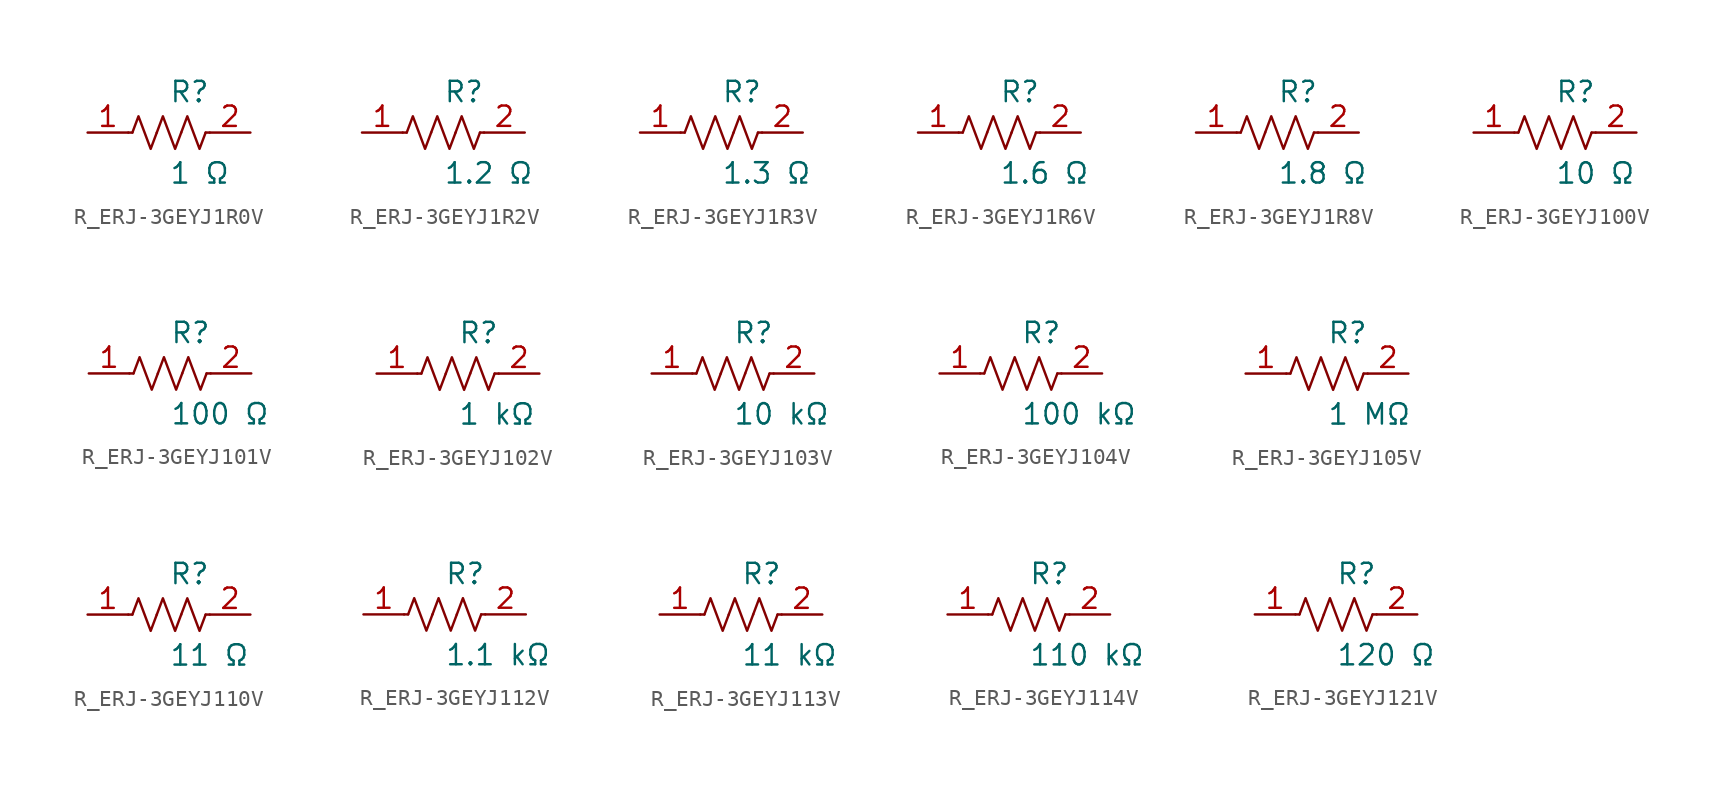
<source format=kicad_sym>
(kicad_symbol_lib
  (version 20231120)
  (generator kicad_symbol_editor)
  (generator_version 8.0)
  (symbol "R_ERJ-3GEYJ1R0V"
    (pin_names
      (offset 0.254))
    (property "Reference" "R"
      (at 0.0 2.54 0)
      (effects (font (size 1.27 1.27)) (justify left)))
    (property "Value" "1 Ω"
      (at 0.0 -2.54 0)
      (effects (font (size 1.27 1.27)) (justify left)))
    (symbol "R_ERJ-3GEYJ1R0V_0_1"
      (polyline (pts (xy 2.286 0) (xy 2.54 0)) (stroke (width 0) (type default)) (fill (type none)))
      (polyline (pts (xy -2.286 0) (xy -2.54 0)) (stroke (width 0) (type default)) (fill (type none)))
      (polyline (pts (xy 0.762 0) (xy 1.143 1.016) (xy 1.524 0) (xy 1.905 -1.016) (xy 2.286 0)) (stroke (width 0) (type default)) (fill (type none)))
      (polyline (pts (xy -0.762 0) (xy -0.381 1.016) (xy 0 0) (xy 0.381 -1.016) (xy 0.762 0)) (stroke (width 0) (type default)) (fill (type none)))
      (polyline (pts (xy -2.286 0) (xy -1.905 1.016) (xy -1.524 0) (xy -1.143 -1.016) (xy -0.762 0)) (stroke (width 0) (type default)) (fill (type none))))
    (pin unspecified line
      (at -5.08 0 0)
      (length 2.54)
      (name "" (effects (font (size 1.27 1.27))))
      (number "1" (effects (font (size 1.27 1.27)))))
    (pin unspecified line
      (at 5.08 0 180)
      (length 2.54)
      (name "" (effects (font (size 1.27 1.27))))
      (number "2" (effects (font (size 1.27 1.27))))))
  (symbol "R_ERJ-3GEYJ1R2V"
    (pin_names
      (offset 0.254))
    (property "Reference" "R"
      (at 0.0 2.54 0)
      (effects (font (size 1.27 1.27)) (justify left)))
    (property "Value" "1.2 Ω"
      (at 0.0 -2.54 0)
      (effects (font (size 1.27 1.27)) (justify left)))
    (symbol "R_ERJ-3GEYJ1R2V_0_1"
      (polyline (pts (xy 2.286 0) (xy 2.54 0)) (stroke (width 0) (type default)) (fill (type none)))
      (polyline (pts (xy -2.286 0) (xy -2.54 0)) (stroke (width 0) (type default)) (fill (type none)))
      (polyline (pts (xy 0.762 0) (xy 1.143 1.016) (xy 1.524 0) (xy 1.905 -1.016) (xy 2.286 0)) (stroke (width 0) (type default)) (fill (type none)))
      (polyline (pts (xy -0.762 0) (xy -0.381 1.016) (xy 0 0) (xy 0.381 -1.016) (xy 0.762 0)) (stroke (width 0) (type default)) (fill (type none)))
      (polyline (pts (xy -2.286 0) (xy -1.905 1.016) (xy -1.524 0) (xy -1.143 -1.016) (xy -0.762 0)) (stroke (width 0) (type default)) (fill (type none))))
    (pin unspecified line
      (at -5.08 0 0)
      (length 2.54)
      (name "" (effects (font (size 1.27 1.27))))
      (number "1" (effects (font (size 1.27 1.27)))))
    (pin unspecified line
      (at 5.08 0 180)
      (length 2.54)
      (name "" (effects (font (size 1.27 1.27))))
      (number "2" (effects (font (size 1.27 1.27))))))
  (symbol "R_ERJ-3GEYJ1R3V"
    (pin_names
      (offset 0.254))
    (property "Reference" "R"
      (at 0.0 2.54 0)
      (effects (font (size 1.27 1.27)) (justify left)))
    (property "Value" "1.3 Ω"
      (at 0.0 -2.54 0)
      (effects (font (size 1.27 1.27)) (justify left)))
    (symbol "R_ERJ-3GEYJ1R3V_0_1"
      (polyline (pts (xy 2.286 0) (xy 2.54 0)) (stroke (width 0) (type default)) (fill (type none)))
      (polyline (pts (xy -2.286 0) (xy -2.54 0)) (stroke (width 0) (type default)) (fill (type none)))
      (polyline (pts (xy 0.762 0) (xy 1.143 1.016) (xy 1.524 0) (xy 1.905 -1.016) (xy 2.286 0)) (stroke (width 0) (type default)) (fill (type none)))
      (polyline (pts (xy -0.762 0) (xy -0.381 1.016) (xy 0 0) (xy 0.381 -1.016) (xy 0.762 0)) (stroke (width 0) (type default)) (fill (type none)))
      (polyline (pts (xy -2.286 0) (xy -1.905 1.016) (xy -1.524 0) (xy -1.143 -1.016) (xy -0.762 0)) (stroke (width 0) (type default)) (fill (type none))))
    (pin unspecified line
      (at -5.08 0 0)
      (length 2.54)
      (name "" (effects (font (size 1.27 1.27))))
      (number "1" (effects (font (size 1.27 1.27)))))
    (pin unspecified line
      (at 5.08 0 180)
      (length 2.54)
      (name "" (effects (font (size 1.27 1.27))))
      (number "2" (effects (font (size 1.27 1.27))))))
  (symbol "R_ERJ-3GEYJ1R6V"
    (pin_names
      (offset 0.254))
    (property "Reference" "R"
      (at 0.0 2.54 0)
      (effects (font (size 1.27 1.27)) (justify left)))
    (property "Value" "1.6 Ω"
      (at 0.0 -2.54 0)
      (effects (font (size 1.27 1.27)) (justify left)))
    (symbol "R_ERJ-3GEYJ1R6V_0_1"
      (polyline (pts (xy 2.286 0) (xy 2.54 0)) (stroke (width 0) (type default)) (fill (type none)))
      (polyline (pts (xy -2.286 0) (xy -2.54 0)) (stroke (width 0) (type default)) (fill (type none)))
      (polyline (pts (xy 0.762 0) (xy 1.143 1.016) (xy 1.524 0) (xy 1.905 -1.016) (xy 2.286 0)) (stroke (width 0) (type default)) (fill (type none)))
      (polyline (pts (xy -0.762 0) (xy -0.381 1.016) (xy 0 0) (xy 0.381 -1.016) (xy 0.762 0)) (stroke (width 0) (type default)) (fill (type none)))
      (polyline (pts (xy -2.286 0) (xy -1.905 1.016) (xy -1.524 0) (xy -1.143 -1.016) (xy -0.762 0)) (stroke (width 0) (type default)) (fill (type none))))
    (pin unspecified line
      (at -5.08 0 0)
      (length 2.54)
      (name "" (effects (font (size 1.27 1.27))))
      (number "1" (effects (font (size 1.27 1.27)))))
    (pin unspecified line
      (at 5.08 0 180)
      (length 2.54)
      (name "" (effects (font (size 1.27 1.27))))
      (number "2" (effects (font (size 1.27 1.27))))))
  (symbol "R_ERJ-3GEYJ1R8V"
    (pin_names
      (offset 0.254))
    (property "Reference" "R"
      (at 0.0 2.54 0)
      (effects (font (size 1.27 1.27)) (justify left)))
    (property "Value" "1.8 Ω"
      (at 0.0 -2.54 0)
      (effects (font (size 1.27 1.27)) (justify left)))
    (symbol "R_ERJ-3GEYJ1R8V_0_1"
      (polyline (pts (xy 2.286 0) (xy 2.54 0)) (stroke (width 0) (type default)) (fill (type none)))
      (polyline (pts (xy -2.286 0) (xy -2.54 0)) (stroke (width 0) (type default)) (fill (type none)))
      (polyline (pts (xy 0.762 0) (xy 1.143 1.016) (xy 1.524 0) (xy 1.905 -1.016) (xy 2.286 0)) (stroke (width 0) (type default)) (fill (type none)))
      (polyline (pts (xy -0.762 0) (xy -0.381 1.016) (xy 0 0) (xy 0.381 -1.016) (xy 0.762 0)) (stroke (width 0) (type default)) (fill (type none)))
      (polyline (pts (xy -2.286 0) (xy -1.905 1.016) (xy -1.524 0) (xy -1.143 -1.016) (xy -0.762 0)) (stroke (width 0) (type default)) (fill (type none))))
    (pin unspecified line
      (at -5.08 0 0)
      (length 2.54)
      (name "" (effects (font (size 1.27 1.27))))
      (number "1" (effects (font (size 1.27 1.27)))))
    (pin unspecified line
      (at 5.08 0 180)
      (length 2.54)
      (name "" (effects (font (size 1.27 1.27))))
      (number "2" (effects (font (size 1.27 1.27))))))
  (symbol "R_ERJ-3GEYJ100V"
    (pin_names
      (offset 0.254))
    (property "Reference" "R"
      (at 0.0 2.54 0)
      (effects (font (size 1.27 1.27)) (justify left)))
    (property "Value" "10 Ω"
      (at 0.0 -2.54 0)
      (effects (font (size 1.27 1.27)) (justify left)))
    (symbol "R_ERJ-3GEYJ100V_0_1"
      (polyline (pts (xy 2.286 0) (xy 2.54 0)) (stroke (width 0) (type default)) (fill (type none)))
      (polyline (pts (xy -2.286 0) (xy -2.54 0)) (stroke (width 0) (type default)) (fill (type none)))
      (polyline (pts (xy 0.762 0) (xy 1.143 1.016) (xy 1.524 0) (xy 1.905 -1.016) (xy 2.286 0)) (stroke (width 0) (type default)) (fill (type none)))
      (polyline (pts (xy -0.762 0) (xy -0.381 1.016) (xy 0 0) (xy 0.381 -1.016) (xy 0.762 0)) (stroke (width 0) (type default)) (fill (type none)))
      (polyline (pts (xy -2.286 0) (xy -1.905 1.016) (xy -1.524 0) (xy -1.143 -1.016) (xy -0.762 0)) (stroke (width 0) (type default)) (fill (type none))))
    (pin unspecified line
      (at -5.08 0 0)
      (length 2.54)
      (name "" (effects (font (size 1.27 1.27))))
      (number "1" (effects (font (size 1.27 1.27)))))
    (pin unspecified line
      (at 5.08 0 180)
      (length 2.54)
      (name "" (effects (font (size 1.27 1.27))))
      (number "2" (effects (font (size 1.27 1.27))))))
  (symbol "R_ERJ-3GEYJ101V"
    (pin_names
      (offset 0.254))
    (property "Reference" "R"
      (at 0.0 2.54 0)
      (effects (font (size 1.27 1.27)) (justify left)))
    (property "Value" "100 Ω"
      (at 0.0 -2.54 0)
      (effects (font (size 1.27 1.27)) (justify left)))
    (symbol "R_ERJ-3GEYJ101V_0_1"
      (polyline (pts (xy 2.286 0) (xy 2.54 0)) (stroke (width 0) (type default)) (fill (type none)))
      (polyline (pts (xy -2.286 0) (xy -2.54 0)) (stroke (width 0) (type default)) (fill (type none)))
      (polyline (pts (xy 0.762 0) (xy 1.143 1.016) (xy 1.524 0) (xy 1.905 -1.016) (xy 2.286 0)) (stroke (width 0) (type default)) (fill (type none)))
      (polyline (pts (xy -0.762 0) (xy -0.381 1.016) (xy 0 0) (xy 0.381 -1.016) (xy 0.762 0)) (stroke (width 0) (type default)) (fill (type none)))
      (polyline (pts (xy -2.286 0) (xy -1.905 1.016) (xy -1.524 0) (xy -1.143 -1.016) (xy -0.762 0)) (stroke (width 0) (type default)) (fill (type none))))
    (pin unspecified line
      (at -5.08 0 0)
      (length 2.54)
      (name "" (effects (font (size 1.27 1.27))))
      (number "1" (effects (font (size 1.27 1.27)))))
    (pin unspecified line
      (at 5.08 0 180)
      (length 2.54)
      (name "" (effects (font (size 1.27 1.27))))
      (number "2" (effects (font (size 1.27 1.27))))))
  (symbol "R_ERJ-3GEYJ102V"
    (pin_names
      (offset 0.254))
    (property "Reference" "R"
      (at 0.0 2.54 0)
      (effects (font (size 1.27 1.27)) (justify left)))
    (property "Value" "1 kΩ"
      (at 0.0 -2.54 0)
      (effects (font (size 1.27 1.27)) (justify left)))
    (symbol "R_ERJ-3GEYJ102V_0_1"
      (polyline (pts (xy 2.286 0) (xy 2.54 0)) (stroke (width 0) (type default)) (fill (type none)))
      (polyline (pts (xy -2.286 0) (xy -2.54 0)) (stroke (width 0) (type default)) (fill (type none)))
      (polyline (pts (xy 0.762 0) (xy 1.143 1.016) (xy 1.524 0) (xy 1.905 -1.016) (xy 2.286 0)) (stroke (width 0) (type default)) (fill (type none)))
      (polyline (pts (xy -0.762 0) (xy -0.381 1.016) (xy 0 0) (xy 0.381 -1.016) (xy 0.762 0)) (stroke (width 0) (type default)) (fill (type none)))
      (polyline (pts (xy -2.286 0) (xy -1.905 1.016) (xy -1.524 0) (xy -1.143 -1.016) (xy -0.762 0)) (stroke (width 0) (type default)) (fill (type none))))
    (pin unspecified line
      (at -5.08 0 0)
      (length 2.54)
      (name "" (effects (font (size 1.27 1.27))))
      (number "1" (effects (font (size 1.27 1.27)))))
    (pin unspecified line
      (at 5.08 0 180)
      (length 2.54)
      (name "" (effects (font (size 1.27 1.27))))
      (number "2" (effects (font (size 1.27 1.27))))))
  (symbol "R_ERJ-3GEYJ103V"
    (pin_names
      (offset 0.254))
    (property "Reference" "R"
      (at 0.0 2.54 0)
      (effects (font (size 1.27 1.27)) (justify left)))
    (property "Value" "10 kΩ"
      (at 0.0 -2.54 0)
      (effects (font (size 1.27 1.27)) (justify left)))
    (symbol "R_ERJ-3GEYJ103V_0_1"
      (polyline (pts (xy 2.286 0) (xy 2.54 0)) (stroke (width 0) (type default)) (fill (type none)))
      (polyline (pts (xy -2.286 0) (xy -2.54 0)) (stroke (width 0) (type default)) (fill (type none)))
      (polyline (pts (xy 0.762 0) (xy 1.143 1.016) (xy 1.524 0) (xy 1.905 -1.016) (xy 2.286 0)) (stroke (width 0) (type default)) (fill (type none)))
      (polyline (pts (xy -0.762 0) (xy -0.381 1.016) (xy 0 0) (xy 0.381 -1.016) (xy 0.762 0)) (stroke (width 0) (type default)) (fill (type none)))
      (polyline (pts (xy -2.286 0) (xy -1.905 1.016) (xy -1.524 0) (xy -1.143 -1.016) (xy -0.762 0)) (stroke (width 0) (type default)) (fill (type none))))
    (pin unspecified line
      (at -5.08 0 0)
      (length 2.54)
      (name "" (effects (font (size 1.27 1.27))))
      (number "1" (effects (font (size 1.27 1.27)))))
    (pin unspecified line
      (at 5.08 0 180)
      (length 2.54)
      (name "" (effects (font (size 1.27 1.27))))
      (number "2" (effects (font (size 1.27 1.27))))))
  (symbol "R_ERJ-3GEYJ104V"
    (pin_names
      (offset 0.254))
    (property "Reference" "R"
      (at 0.0 2.54 0)
      (effects (font (size 1.27 1.27)) (justify left)))
    (property "Value" "100 kΩ"
      (at 0.0 -2.54 0)
      (effects (font (size 1.27 1.27)) (justify left)))
    (symbol "R_ERJ-3GEYJ104V_0_1"
      (polyline (pts (xy 2.286 0) (xy 2.54 0)) (stroke (width 0) (type default)) (fill (type none)))
      (polyline (pts (xy -2.286 0) (xy -2.54 0)) (stroke (width 0) (type default)) (fill (type none)))
      (polyline (pts (xy 0.762 0) (xy 1.143 1.016) (xy 1.524 0) (xy 1.905 -1.016) (xy 2.286 0)) (stroke (width 0) (type default)) (fill (type none)))
      (polyline (pts (xy -0.762 0) (xy -0.381 1.016) (xy 0 0) (xy 0.381 -1.016) (xy 0.762 0)) (stroke (width 0) (type default)) (fill (type none)))
      (polyline (pts (xy -2.286 0) (xy -1.905 1.016) (xy -1.524 0) (xy -1.143 -1.016) (xy -0.762 0)) (stroke (width 0) (type default)) (fill (type none))))
    (pin unspecified line
      (at -5.08 0 0)
      (length 2.54)
      (name "" (effects (font (size 1.27 1.27))))
      (number "1" (effects (font (size 1.27 1.27)))))
    (pin unspecified line
      (at 5.08 0 180)
      (length 2.54)
      (name "" (effects (font (size 1.27 1.27))))
      (number "2" (effects (font (size 1.27 1.27))))))
  (symbol "R_ERJ-3GEYJ105V"
    (pin_names
      (offset 0.254))
    (property "Reference" "R"
      (at 0.0 2.54 0)
      (effects (font (size 1.27 1.27)) (justify left)))
    (property "Value" "1 MΩ"
      (at 0.0 -2.54 0)
      (effects (font (size 1.27 1.27)) (justify left)))
    (symbol "R_ERJ-3GEYJ105V_0_1"
      (polyline (pts (xy 2.286 0) (xy 2.54 0)) (stroke (width 0) (type default)) (fill (type none)))
      (polyline (pts (xy -2.286 0) (xy -2.54 0)) (stroke (width 0) (type default)) (fill (type none)))
      (polyline (pts (xy 0.762 0) (xy 1.143 1.016) (xy 1.524 0) (xy 1.905 -1.016) (xy 2.286 0)) (stroke (width 0) (type default)) (fill (type none)))
      (polyline (pts (xy -0.762 0) (xy -0.381 1.016) (xy 0 0) (xy 0.381 -1.016) (xy 0.762 0)) (stroke (width 0) (type default)) (fill (type none)))
      (polyline (pts (xy -2.286 0) (xy -1.905 1.016) (xy -1.524 0) (xy -1.143 -1.016) (xy -0.762 0)) (stroke (width 0) (type default)) (fill (type none))))
    (pin unspecified line
      (at -5.08 0 0)
      (length 2.54)
      (name "" (effects (font (size 1.27 1.27))))
      (number "1" (effects (font (size 1.27 1.27)))))
    (pin unspecified line
      (at 5.08 0 180)
      (length 2.54)
      (name "" (effects (font (size 1.27 1.27))))
      (number "2" (effects (font (size 1.27 1.27))))))
  (symbol "R_ERJ-3GEYJ110V"
    (pin_names
      (offset 0.254))
    (property "Reference" "R"
      (at 0.0 2.54 0)
      (effects (font (size 1.27 1.27)) (justify left)))
    (property "Value" "11 Ω"
      (at 0.0 -2.54 0)
      (effects (font (size 1.27 1.27)) (justify left)))
    (symbol "R_ERJ-3GEYJ110V_0_1"
      (polyline (pts (xy 2.286 0) (xy 2.54 0)) (stroke (width 0) (type default)) (fill (type none)))
      (polyline (pts (xy -2.286 0) (xy -2.54 0)) (stroke (width 0) (type default)) (fill (type none)))
      (polyline (pts (xy 0.762 0) (xy 1.143 1.016) (xy 1.524 0) (xy 1.905 -1.016) (xy 2.286 0)) (stroke (width 0) (type default)) (fill (type none)))
      (polyline (pts (xy -0.762 0) (xy -0.381 1.016) (xy 0 0) (xy 0.381 -1.016) (xy 0.762 0)) (stroke (width 0) (type default)) (fill (type none)))
      (polyline (pts (xy -2.286 0) (xy -1.905 1.016) (xy -1.524 0) (xy -1.143 -1.016) (xy -0.762 0)) (stroke (width 0) (type default)) (fill (type none))))
    (pin unspecified line
      (at -5.08 0 0)
      (length 2.54)
      (name "" (effects (font (size 1.27 1.27))))
      (number "1" (effects (font (size 1.27 1.27)))))
    (pin unspecified line
      (at 5.08 0 180)
      (length 2.54)
      (name "" (effects (font (size 1.27 1.27))))
      (number "2" (effects (font (size 1.27 1.27))))))
  (symbol "R_ERJ-3GEYJ112V"
    (pin_names
      (offset 0.254))
    (property "Reference" "R"
      (at 0.0 2.54 0)
      (effects (font (size 1.27 1.27)) (justify left)))
    (property "Value" "1.1 kΩ"
      (at 0.0 -2.54 0)
      (effects (font (size 1.27 1.27)) (justify left)))
    (symbol "R_ERJ-3GEYJ112V_0_1"
      (polyline (pts (xy 2.286 0) (xy 2.54 0)) (stroke (width 0) (type default)) (fill (type none)))
      (polyline (pts (xy -2.286 0) (xy -2.54 0)) (stroke (width 0) (type default)) (fill (type none)))
      (polyline (pts (xy 0.762 0) (xy 1.143 1.016) (xy 1.524 0) (xy 1.905 -1.016) (xy 2.286 0)) (stroke (width 0) (type default)) (fill (type none)))
      (polyline (pts (xy -0.762 0) (xy -0.381 1.016) (xy 0 0) (xy 0.381 -1.016) (xy 0.762 0)) (stroke (width 0) (type default)) (fill (type none)))
      (polyline (pts (xy -2.286 0) (xy -1.905 1.016) (xy -1.524 0) (xy -1.143 -1.016) (xy -0.762 0)) (stroke (width 0) (type default)) (fill (type none))))
    (pin unspecified line
      (at -5.08 0 0)
      (length 2.54)
      (name "" (effects (font (size 1.27 1.27))))
      (number "1" (effects (font (size 1.27 1.27)))))
    (pin unspecified line
      (at 5.08 0 180)
      (length 2.54)
      (name "" (effects (font (size 1.27 1.27))))
      (number "2" (effects (font (size 1.27 1.27))))))
  (symbol "R_ERJ-3GEYJ113V"
    (pin_names
      (offset 0.254))
    (property "Reference" "R"
      (at 0.0 2.54 0)
      (effects (font (size 1.27 1.27)) (justify left)))
    (property "Value" "11 kΩ"
      (at 0.0 -2.54 0)
      (effects (font (size 1.27 1.27)) (justify left)))
    (symbol "R_ERJ-3GEYJ113V_0_1"
      (polyline (pts (xy 2.286 0) (xy 2.54 0)) (stroke (width 0) (type default)) (fill (type none)))
      (polyline (pts (xy -2.286 0) (xy -2.54 0)) (stroke (width 0) (type default)) (fill (type none)))
      (polyline (pts (xy 0.762 0) (xy 1.143 1.016) (xy 1.524 0) (xy 1.905 -1.016) (xy 2.286 0)) (stroke (width 0) (type default)) (fill (type none)))
      (polyline (pts (xy -0.762 0) (xy -0.381 1.016) (xy 0 0) (xy 0.381 -1.016) (xy 0.762 0)) (stroke (width 0) (type default)) (fill (type none)))
      (polyline (pts (xy -2.286 0) (xy -1.905 1.016) (xy -1.524 0) (xy -1.143 -1.016) (xy -0.762 0)) (stroke (width 0) (type default)) (fill (type none))))
    (pin unspecified line
      (at -5.08 0 0)
      (length 2.54)
      (name "" (effects (font (size 1.27 1.27))))
      (number "1" (effects (font (size 1.27 1.27)))))
    (pin unspecified line
      (at 5.08 0 180)
      (length 2.54)
      (name "" (effects (font (size 1.27 1.27))))
      (number "2" (effects (font (size 1.27 1.27))))))
  (symbol "R_ERJ-3GEYJ114V"
    (pin_names
      (offset 0.254))
    (property "Reference" "R"
      (at 0.0 2.54 0)
      (effects (font (size 1.27 1.27)) (justify left)))
    (property "Value" "110 kΩ"
      (at 0.0 -2.54 0)
      (effects (font (size 1.27 1.27)) (justify left)))
    (symbol "R_ERJ-3GEYJ114V_0_1"
      (polyline (pts (xy 2.286 0) (xy 2.54 0)) (stroke (width 0) (type default)) (fill (type none)))
      (polyline (pts (xy -2.286 0) (xy -2.54 0)) (stroke (width 0) (type default)) (fill (type none)))
      (polyline (pts (xy 0.762 0) (xy 1.143 1.016) (xy 1.524 0) (xy 1.905 -1.016) (xy 2.286 0)) (stroke (width 0) (type default)) (fill (type none)))
      (polyline (pts (xy -0.762 0) (xy -0.381 1.016) (xy 0 0) (xy 0.381 -1.016) (xy 0.762 0)) (stroke (width 0) (type default)) (fill (type none)))
      (polyline (pts (xy -2.286 0) (xy -1.905 1.016) (xy -1.524 0) (xy -1.143 -1.016) (xy -0.762 0)) (stroke (width 0) (type default)) (fill (type none))))
    (pin unspecified line
      (at -5.08 0 0)
      (length 2.54)
      (name "" (effects (font (size 1.27 1.27))))
      (number "1" (effects (font (size 1.27 1.27)))))
    (pin unspecified line
      (at 5.08 0 180)
      (length 2.54)
      (name "" (effects (font (size 1.27 1.27))))
      (number "2" (effects (font (size 1.27 1.27))))))
  (symbol "R_ERJ-3GEYJ121V"
    (pin_names
      (offset 0.254))
    (property "Reference" "R"
      (at 0.0 2.54 0)
      (effects (font (size 1.27 1.27)) (justify left)))
    (property "Value" "120 Ω"
      (at 0.0 -2.54 0)
      (effects (font (size 1.27 1.27)) (justify left)))
    (symbol "R_ERJ-3GEYJ121V_0_1"
      (polyline (pts (xy 2.286 0) (xy 2.54 0)) (stroke (width 0) (type default)) (fill (type none)))
      (polyline (pts (xy -2.286 0) (xy -2.54 0)) (stroke (width 0) (type default)) (fill (type none)))
      (polyline (pts (xy 0.762 0) (xy 1.143 1.016) (xy 1.524 0) (xy 1.905 -1.016) (xy 2.286 0)) (stroke (width 0) (type default)) (fill (type none)))
      (polyline (pts (xy -0.762 0) (xy -0.381 1.016) (xy 0 0) (xy 0.381 -1.016) (xy 0.762 0)) (stroke (width 0) (type default)) (fill (type none)))
      (polyline (pts (xy -2.286 0) (xy -1.905 1.016) (xy -1.524 0) (xy -1.143 -1.016) (xy -0.762 0)) (stroke (width 0) (type default)) (fill (type none))))
    (pin unspecified line
      (at -5.08 0 0)
      (length 2.54)
      (name "" (effects (font (size 1.27 1.27))))
      (number "1" (effects (font (size 1.27 1.27)))))
    (pin unspecified line
      (at 5.08 0 180)
      (length 2.54)
      (name "" (effects (font (size 1.27 1.27))))
      (number "2" (effects (font (size 1.27 1.27)))))))
</source>
